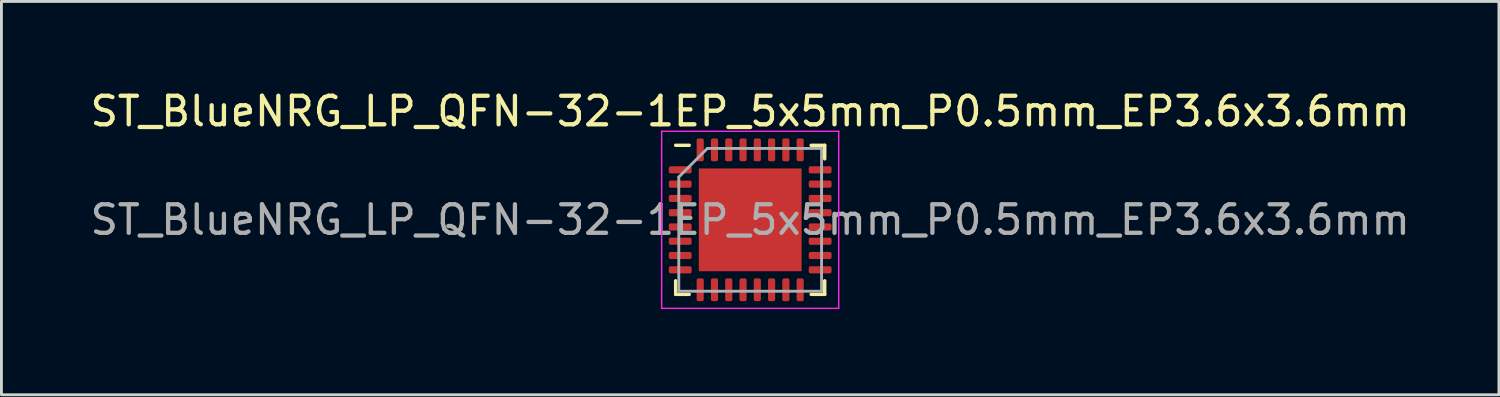
<source format=kicad_pcb>
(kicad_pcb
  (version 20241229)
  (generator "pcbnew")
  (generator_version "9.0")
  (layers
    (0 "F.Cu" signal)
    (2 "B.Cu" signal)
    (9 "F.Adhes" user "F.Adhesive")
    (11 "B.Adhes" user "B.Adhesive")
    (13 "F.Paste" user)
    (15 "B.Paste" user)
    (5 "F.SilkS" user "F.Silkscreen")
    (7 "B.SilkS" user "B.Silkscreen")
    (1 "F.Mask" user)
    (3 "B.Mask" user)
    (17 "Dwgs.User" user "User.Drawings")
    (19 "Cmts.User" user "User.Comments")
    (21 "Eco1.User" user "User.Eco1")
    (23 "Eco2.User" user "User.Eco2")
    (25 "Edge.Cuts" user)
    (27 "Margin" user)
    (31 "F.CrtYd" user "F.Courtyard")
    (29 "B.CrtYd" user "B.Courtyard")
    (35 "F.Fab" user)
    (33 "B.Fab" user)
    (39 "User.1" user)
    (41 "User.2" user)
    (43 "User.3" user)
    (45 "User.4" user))
  (footprint "ST_BlueNRG_LP_QFN-32-1EP_5x5mm_P0.5mm_EP3.6x3.6mm"
    (layer "F.Cu")
    (at 23.22 4.648)
    (property "Reference" "ST_BlueNRG_LP_QFN-32-1EP_5x5mm_P0.5mm_EP3.6x3.6mm" (at 0 -3.8 0) (layer "F.SilkS") (effects (font (size 1 1) (thickness 0.15))))
    (attr smd)
    (fp_line (start -2.61 2.61) (end -2.61 2.135) (stroke (width 0.12) (type solid)) (layer "F.SilkS"))
    (fp_line (start -2.135 -2.61) (end -2.61 -2.61) (stroke (width 0.12) (type solid)) (layer "F.SilkS"))
    (fp_line (start -2.135 2.61) (end -2.61 2.61) (stroke (width 0.12) (type solid)) (layer "F.SilkS"))
    (fp_line (start 2.135 -2.61) (end 2.61 -2.61) (stroke (width 0.12) (type solid)) (layer "F.SilkS"))
    (fp_line (start 2.135 2.61) (end 2.61 2.61) (stroke (width 0.12) (type solid)) (layer "F.SilkS"))
    (fp_line (start 2.61 -2.61) (end 2.61 -2.135) (stroke (width 0.12) (type solid)) (layer "F.SilkS"))
    (fp_line (start 2.61 2.61) (end 2.61 2.135) (stroke (width 0.12) (type solid)) (layer "F.SilkS"))
    (fp_line (start -3.1 -3.1) (end -3.1 3.1) (stroke (width 0.05) (type solid)) (layer "F.CrtYd"))
    (fp_line (start -3.1 3.1) (end 3.1 3.1) (stroke (width 0.05) (type solid)) (layer "F.CrtYd"))
    (fp_line (start 3.1 -3.1) (end -3.1 -3.1) (stroke (width 0.05) (type solid)) (layer "F.CrtYd"))
    (fp_line (start 3.1 3.1) (end 3.1 -3.1) (stroke (width 0.05) (type solid)) (layer "F.CrtYd"))
    (fp_line (start -2.5 -1.5) (end -1.5 -2.5) (stroke (width 0.1) (type solid)) (layer "F.Fab"))
    (fp_line (start -2.5 2.5) (end -2.5 -1.5) (stroke (width 0.1) (type solid)) (layer "F.Fab"))
    (fp_line (start -1.5 -2.5) (end 2.5 -2.5) (stroke (width 0.1) (type solid)) (layer "F.Fab"))
    (fp_line (start 2.5 -2.5) (end 2.5 2.5) (stroke (width 0.1) (type solid)) (layer "F.Fab"))
    (fp_line (start 2.5 2.5) (end -2.5 2.5) (stroke (width 0.1) (type solid)) (layer "F.Fab"))
    (fp_text user "${REFERENCE}" (at 0 0 0) (layer "F.Fab") (effects (font (size 1 1) (thickness 0.15))))
    (pad "" smd roundrect (at -1.2 -1.2) (size 0.97 0.97) (layers "F.Paste") (roundrect_rratio 0.25))
    (pad "" smd roundrect (at -1.2 0) (size 0.97 0.97) (layers "F.Paste") (roundrect_rratio 0.25))
    (pad "" smd roundrect (at -1.2 1.2) (size 0.97 0.97) (layers "F.Paste") (roundrect_rratio 0.25))
    (pad "" smd roundrect (at 0 -1.2) (size 0.97 0.97) (layers "F.Paste") (roundrect_rratio 0.25))
    (pad "" smd roundrect (at 0 0) (size 0.97 0.97) (layers "F.Paste") (roundrect_rratio 0.25))
    (pad "" smd roundrect (at 0 1.2) (size 0.97 0.97) (layers "F.Paste") (roundrect_rratio 0.25))
    (pad "" smd roundrect (at 1.2 -1.2) (size 0.97 0.97) (layers "F.Paste") (roundrect_rratio 0.25))
    (pad "" smd roundrect (at 1.2 0) (size 0.97 0.97) (layers "F.Paste") (roundrect_rratio 0.25))
    (pad "" smd roundrect (at 1.2 1.2) (size 0.97 0.97) (layers "F.Paste") (roundrect_rratio 0.25))
    (pad "1" smd roundrect (at -2.45 -1.75) (size 0.8 0.25) (layers "F.Cu" "F.Mask" "F.Paste") (roundrect_rratio 0.25))
    (pad "2" smd roundrect (at -2.45 -1.25) (size 0.8 0.25) (layers "F.Cu" "F.Mask" "F.Paste") (roundrect_rratio 0.25))
    (pad "3" smd roundrect (at -2.45 -0.75) (size 0.8 0.25) (layers "F.Cu" "F.Mask" "F.Paste") (roundrect_rratio 0.25))
    (pad "4" smd roundrect (at -2.45 -0.25) (size 0.8 0.25) (layers "F.Cu" "F.Mask" "F.Paste") (roundrect_rratio 0.25))
    (pad "5" smd roundrect (at -2.45 0.25) (size 0.8 0.25) (layers "F.Cu" "F.Mask" "F.Paste") (roundrect_rratio 0.25))
    (pad "6" smd roundrect (at -2.45 0.75) (size 0.8 0.25) (layers "F.Cu" "F.Mask" "F.Paste") (roundrect_rratio 0.25))
    (pad "7" smd roundrect (at -2.45 1.25) (size 0.8 0.25) (layers "F.Cu" "F.Mask" "F.Paste") (roundrect_rratio 0.25))
    (pad "8" smd roundrect (at -2.45 1.75) (size 0.8 0.25) (layers "F.Cu" "F.Mask" "F.Paste") (roundrect_rratio 0.25))
    (pad "9" smd roundrect (at -1.75 2.45) (size 0.25 0.8) (layers "F.Cu" "F.Mask" "F.Paste") (roundrect_rratio 0.25))
    (pad "10" smd roundrect (at -1.25 2.45) (size 0.25 0.8) (layers "F.Cu" "F.Mask" "F.Paste") (roundrect_rratio 0.25))
    (pad "11" smd roundrect (at -0.75 2.45) (size 0.25 0.8) (layers "F.Cu" "F.Mask" "F.Paste") (roundrect_rratio 0.25))
    (pad "12" smd roundrect (at -0.25 2.45) (size 0.25 0.8) (layers "F.Cu" "F.Mask" "F.Paste") (roundrect_rratio 0.25))
    (pad "13" smd roundrect (at 0.25 2.45) (size 0.25 0.8) (layers "F.Cu" "F.Mask" "F.Paste") (roundrect_rratio 0.25))
    (pad "14" smd roundrect (at 0.75 2.45) (size 0.25 0.8) (layers "F.Cu" "F.Mask" "F.Paste") (roundrect_rratio 0.25))
    (pad "15" smd roundrect (at 1.25 2.45) (size 0.25 0.8) (layers "F.Cu" "F.Mask" "F.Paste") (roundrect_rratio 0.25))
    (pad "16" smd roundrect (at 1.75 2.45) (size 0.25 0.8) (layers "F.Cu" "F.Mask" "F.Paste") (roundrect_rratio 0.25))
    (pad "17" smd roundrect (at 2.45 1.75) (size 0.8 0.25) (layers "F.Cu" "F.Mask" "F.Paste") (roundrect_rratio 0.25))
    (pad "18" smd roundrect (at 2.45 1.25) (size 0.8 0.25) (layers "F.Cu" "F.Mask" "F.Paste") (roundrect_rratio 0.25))
    (pad "19" smd roundrect (at 2.45 0.75) (size 0.8 0.25) (layers "F.Cu" "F.Mask" "F.Paste") (roundrect_rratio 0.25))
    (pad "20" smd roundrect (at 2.45 0.25) (size 0.8 0.25) (layers "F.Cu" "F.Mask" "F.Paste") (roundrect_rratio 0.25))
    (pad "21" smd roundrect (at 2.45 -0.25) (size 0.8 0.25) (layers "F.Cu" "F.Mask" "F.Paste") (roundrect_rratio 0.25))
    (pad "22" smd roundrect (at 2.45 -0.75) (size 0.8 0.25) (layers "F.Cu" "F.Mask" "F.Paste") (roundrect_rratio 0.25))
    (pad "23" smd roundrect (at 2.45 -1.25) (size 0.8 0.25) (layers "F.Cu" "F.Mask" "F.Paste") (roundrect_rratio 0.25))
    (pad "24" smd roundrect (at 2.45 -1.75) (size 0.8 0.25) (layers "F.Cu" "F.Mask" "F.Paste") (roundrect_rratio 0.25))
    (pad "25" smd roundrect (at 1.75 -2.45) (size 0.25 0.8) (layers "F.Cu" "F.Mask" "F.Paste") (roundrect_rratio 0.25))
    (pad "26" smd roundrect (at 1.25 -2.45) (size 0.25 0.8) (layers "F.Cu" "F.Mask" "F.Paste") (roundrect_rratio 0.25))
    (pad "27" smd roundrect (at 0.75 -2.45) (size 0.25 0.8) (layers "F.Cu" "F.Mask" "F.Paste") (roundrect_rratio 0.25))
    (pad "28" smd roundrect (at 0.25 -2.45) (size 0.25 0.8) (layers "F.Cu" "F.Mask" "F.Paste") (roundrect_rratio 0.25))
    (pad "29" smd roundrect (at -0.25 -2.45) (size 0.25 0.8) (layers "F.Cu" "F.Mask" "F.Paste") (roundrect_rratio 0.25))
    (pad "30" smd roundrect (at -0.75 -2.45) (size 0.25 0.8) (layers "F.Cu" "F.Mask" "F.Paste") (roundrect_rratio 0.25))
    (pad "31" smd roundrect (at -1.25 -2.45) (size 0.25 0.8) (layers "F.Cu" "F.Mask" "F.Paste") (roundrect_rratio 0.25))
    (pad "32" smd roundrect (at -1.75 -2.45) (size 0.25 0.8) (layers "F.Cu" "F.Mask" "F.Paste") (roundrect_rratio 0.25))
    (pad "33" smd rect (at 0 0) (size 3.6 3.6) (layers "F.Cu" "F.Mask")))
  (gr_rect
    (start -3 -3)
    (end 49.44 10.773)
    (stroke (width 0.1) (type default))
    (fill no)
    (layer "Edge.Cuts")))
</source>
